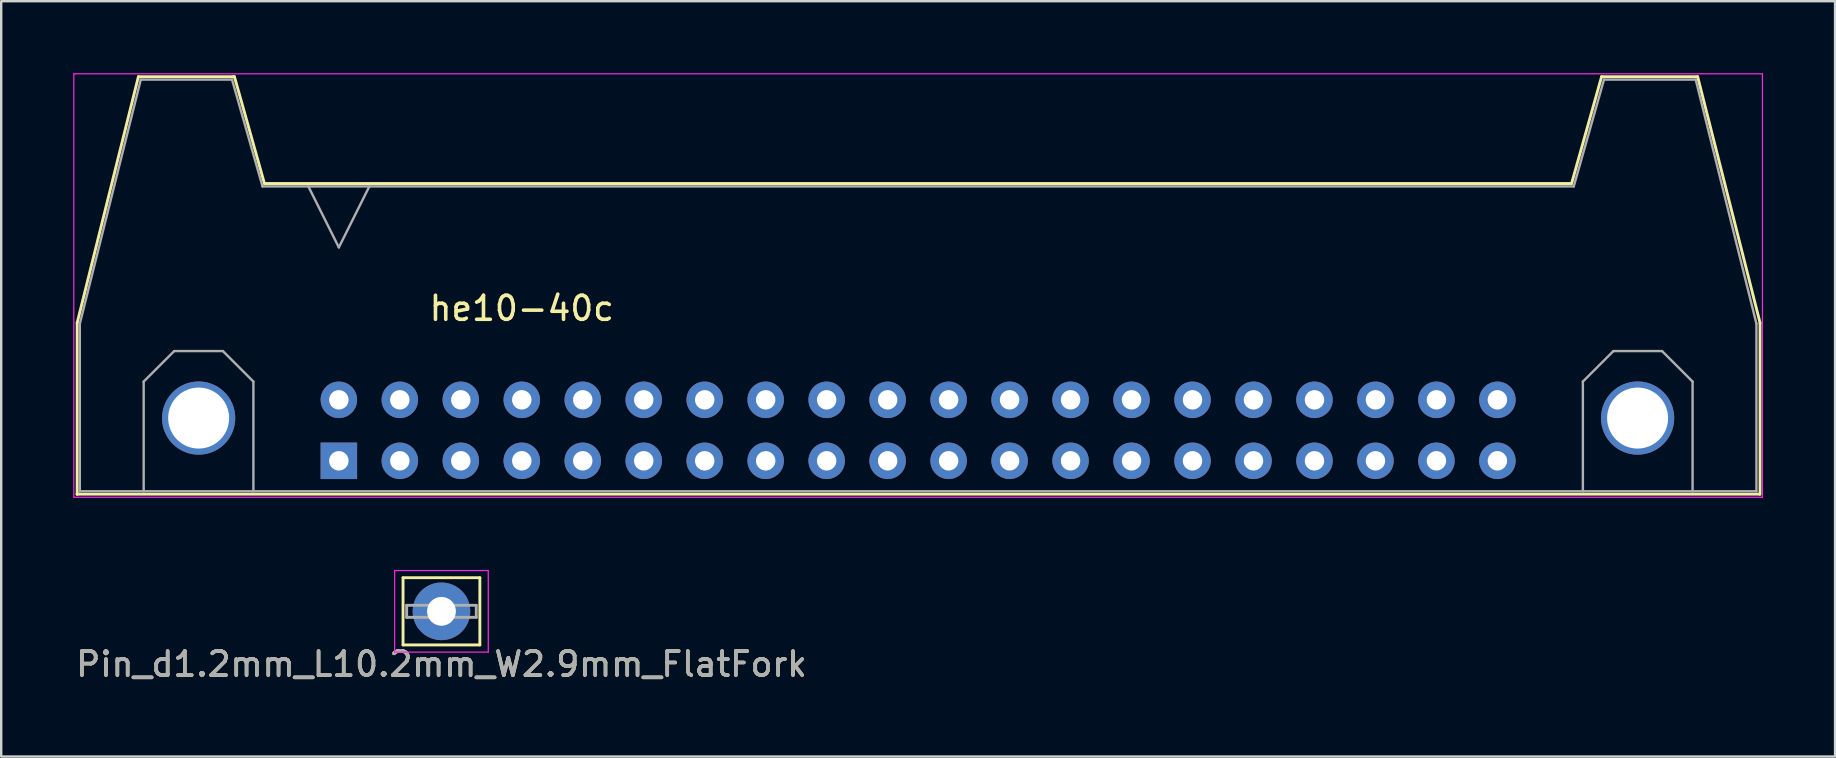
<source format=kicad_pcb>
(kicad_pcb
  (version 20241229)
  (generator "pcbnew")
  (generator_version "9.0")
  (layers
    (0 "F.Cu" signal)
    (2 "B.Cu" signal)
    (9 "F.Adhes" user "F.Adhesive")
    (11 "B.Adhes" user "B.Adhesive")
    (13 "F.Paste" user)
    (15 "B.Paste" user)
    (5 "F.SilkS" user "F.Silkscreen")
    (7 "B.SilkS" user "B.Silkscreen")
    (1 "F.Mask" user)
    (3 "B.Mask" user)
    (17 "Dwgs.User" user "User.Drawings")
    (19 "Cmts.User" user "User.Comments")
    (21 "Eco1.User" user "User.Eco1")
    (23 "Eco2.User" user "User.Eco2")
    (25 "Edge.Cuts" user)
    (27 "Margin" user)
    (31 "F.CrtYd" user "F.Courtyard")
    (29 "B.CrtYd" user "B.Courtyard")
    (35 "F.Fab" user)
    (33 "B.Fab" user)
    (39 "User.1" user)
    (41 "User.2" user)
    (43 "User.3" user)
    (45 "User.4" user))
  (footprint "Pin_d1.2mm_L10.2mm_W2.9mm_FlatFork"
    (layer "F.Cu")
    (at 15.339 22.415)
    (property "Reference" "Pin_d1.2mm_L10.2mm_W2.9mm_FlatFork" (at 0 2.2 0) (layer "F.SilkS") (effects (font (size 1 1) (thickness 0.15))))
    (attr through_hole)
    (fp_line (start -1.6 -1.4) (end 1.6 -1.4) (stroke (width 0.12) (type solid)) (layer "F.SilkS"))
    (fp_line (start -1.6 1.4) (end -1.6 -1.4) (stroke (width 0.12) (type solid)) (layer "F.SilkS"))
    (fp_line (start 1.6 -1.4) (end 1.6 1.4) (stroke (width 0.12) (type solid)) (layer "F.SilkS"))
    (fp_line (start 1.6 1.4) (end -1.6 1.4) (stroke (width 0.12) (type solid)) (layer "F.SilkS"))
    (fp_line (start -1.95 -1.7) (end -1.95 1.7) (stroke (width 0.05) (type solid)) (layer "F.CrtYd"))
    (fp_line (start -1.95 -1.7) (end 1.95 -1.7) (stroke (width 0.05) (type solid)) (layer "F.CrtYd"))
    (fp_line (start 1.95 1.7) (end -1.95 1.7) (stroke (width 0.05) (type solid)) (layer "F.CrtYd"))
    (fp_line (start 1.95 1.7) (end 1.95 -1.7) (stroke (width 0.05) (type solid)) (layer "F.CrtYd"))
    (fp_line (start -1.45 -0.25) (end 1.45 -0.25) (stroke (width 0.12) (type solid)) (layer "F.Fab"))
    (fp_line (start -1.45 0.25) (end -1.45 -0.25) (stroke (width 0.12) (type solid)) (layer "F.Fab"))
    (fp_line (start 1.45 -0.25) (end 1.45 0.25) (stroke (width 0.12) (type solid)) (layer "F.Fab"))
    (fp_line (start 1.45 0.25) (end -1.45 0.25) (stroke (width 0.12) (type solid)) (layer "F.Fab"))
    (fp_text user "${REFERENCE}" (at 0 2.2 0) (layer "F.Fab") (effects (font (size 1 1) (thickness 0.15))))
    (pad "1" thru_hole circle (at 0 0) (size 2.4 2.4) (drill 1.2) (layers "*.Cu" "*.Mask")))
  (footprint "he10-40c"
    (layer "F.Cu")
    (at 11.065 16.145)
    (property "Reference" "he10-40c" (at 7.62 -6.35 0) (layer "F.SilkS") (effects (font (size 1 1) (thickness 0.15))))
    (attr through_hole)
    (fp_line (start -10.9 -5.75) (end -8.35 -16) (stroke (width 0.12) (type solid)) (layer "F.SilkS"))
    (fp_line (start -10.9 1.4) (end -10.9 -5.75) (stroke (width 0.12) (type solid)) (layer "F.SilkS"))
    (fp_line (start -8.35 -16) (end -4.4 -16) (stroke (width 0.12) (type solid)) (layer "F.SilkS"))
    (fp_line (start -4.4 -16) (end -4.35 -16) (stroke (width 0.12) (type solid)) (layer "F.SilkS"))
    (fp_line (start -4.35 -16) (end -3.1 -11.55) (stroke (width 0.12) (type solid)) (layer "F.SilkS"))
    (fp_line (start -3.1 -11.55) (end 51.35 -11.55) (stroke (width 0.12) (type solid)) (layer "F.SilkS"))
    (fp_line (start 51.35 -11.55) (end 52.6 -16) (stroke (width 0.12) (type solid)) (layer "F.SilkS"))
    (fp_line (start 52.6 -16) (end 56.6 -16) (stroke (width 0.12) (type solid)) (layer "F.SilkS"))
    (fp_line (start 56.6 -16) (end 59.2 -5.75) (stroke (width 0.12) (type solid)) (layer "F.SilkS"))
    (fp_line (start 59.17 1.39) (end -10.91 1.39) (stroke (width 0.12) (type solid)) (layer "F.SilkS"))
    (fp_line (start 59.2 1.4) (end 59.2 -5.75) (stroke (width 0.12) (type solid)) (layer "F.SilkS"))
    (fp_line (start -11.04 -16.12) (end -11.04 1.52) (stroke (width 0.05) (type solid)) (layer "F.CrtYd"))
    (fp_line (start -11.04 -16.12) (end 59.3 -16.12) (stroke (width 0.05) (type solid)) (layer "F.CrtYd"))
    (fp_line (start 59.3 1.52) (end -11.04 1.52) (stroke (width 0.05) (type solid)) (layer "F.CrtYd"))
    (fp_line (start 59.3 1.52) (end 59.3 -16.12) (stroke (width 0.05) (type solid)) (layer "F.CrtYd"))
    (fp_line (start -10.79 -5.71) (end -10.79 1.27) (stroke (width 0.1) (type solid)) (layer "F.Fab"))
    (fp_line (start -10.79 1.27) (end 59.05 1.27) (stroke (width 0.1) (type solid)) (layer "F.Fab"))
    (fp_line (start -8.25 -15.88) (end -10.79 -5.71) (stroke (width 0.1) (type solid)) (layer "F.Fab"))
    (fp_line (start -8.25 -15.88) (end -4.45 -15.88) (stroke (width 0.1) (type solid)) (layer "F.Fab"))
    (fp_line (start -8.13 -3.3) (end -6.86 -4.57) (stroke (width 0.1) (type solid)) (layer "F.Fab"))
    (fp_line (start -8.13 1.27) (end -8.13 -3.3) (stroke (width 0.1) (type solid)) (layer "F.Fab"))
    (fp_line (start -6.86 -4.57) (end -4.83 -4.57) (stroke (width 0.1) (type solid)) (layer "F.Fab"))
    (fp_line (start -4.83 -4.57) (end -3.56 -3.3) (stroke (width 0.1) (type solid)) (layer "F.Fab"))
    (fp_line (start -4.45 -15.88) (end -3.18 -11.43) (stroke (width 0.1) (type solid)) (layer "F.Fab"))
    (fp_line (start -3.56 -3.3) (end -3.56 1.27) (stroke (width 0.1) (type solid)) (layer "F.Fab"))
    (fp_line (start -1.27 -11.43) (end 0 -8.89) (stroke (width 0.1) (type solid)) (layer "F.Fab"))
    (fp_line (start 0 -8.89) (end 1.27 -11.43) (stroke (width 0.1) (type solid)) (layer "F.Fab"))
    (fp_line (start 51.44 -11.43) (end -3.18 -11.43) (stroke (width 0.1) (type solid)) (layer "F.Fab"))
    (fp_line (start 51.82 -3.3) (end 53.09 -4.57) (stroke (width 0.1) (type solid)) (layer "F.Fab"))
    (fp_line (start 51.82 1.27) (end 51.82 -3.3) (stroke (width 0.1) (type solid)) (layer "F.Fab"))
    (fp_line (start 52.7 -15.88) (end 51.44 -11.43) (stroke (width 0.1) (type solid)) (layer "F.Fab"))
    (fp_line (start 53.09 -4.57) (end 55.12 -4.57) (stroke (width 0.1) (type solid)) (layer "F.Fab"))
    (fp_line (start 55.12 -4.57) (end 56.39 -3.3) (stroke (width 0.1) (type solid)) (layer "F.Fab"))
    (fp_line (start 56.39 -3.3) (end 56.39 1.27) (stroke (width 0.1) (type solid)) (layer "F.Fab"))
    (fp_line (start 56.52 -15.88) (end 52.7 -15.88) (stroke (width 0.1) (type solid)) (layer "F.Fab"))
    (fp_line (start 59.05 -5.71) (end 56.52 -15.88) (stroke (width 0.1) (type solid)) (layer "F.Fab"))
    (fp_line (start 59.05 1.27) (end 59.05 -5.71) (stroke (width 0.1) (type solid)) (layer "F.Fab"))
    (pad "0" thru_hole circle (at -5.84 -1.78) (size 3.05 3.05) (drill 2.54) (layers "*.Cu" "*.Mask"))
    (pad "0" thru_hole circle (at 54.1 -1.78) (size 3.05 3.05) (drill 2.54) (layers "*.Cu" "*.Mask"))
    (pad "1" thru_hole rect (at 0 0) (size 1.52 1.52) (drill 0.81) (layers "*.Cu" "*.Mask"))
    (pad "2" thru_hole circle (at 0 -2.54) (size 1.52 1.52) (drill 0.81) (layers "*.Cu" "*.Mask"))
    (pad "3" thru_hole circle (at 2.54 0) (size 1.52 1.52) (drill 0.81) (layers "*.Cu" "*.Mask"))
    (pad "4" thru_hole circle (at 2.54 -2.54) (size 1.52 1.52) (drill 0.81) (layers "*.Cu" "*.Mask"))
    (pad "5" thru_hole circle (at 5.08 0) (size 1.52 1.52) (drill 0.81) (layers "*.Cu" "*.Mask"))
    (pad "6" thru_hole circle (at 5.08 -2.54) (size 1.52 1.52) (drill 0.81) (layers "*.Cu" "*.Mask"))
    (pad "7" thru_hole circle (at 7.62 0) (size 1.52 1.52) (drill 0.81) (layers "*.Cu" "*.Mask"))
    (pad "8" thru_hole circle (at 7.62 -2.54) (size 1.52 1.52) (drill 0.81) (layers "*.Cu" "*.Mask"))
    (pad "9" thru_hole circle (at 10.16 0) (size 1.52 1.52) (drill 0.81) (layers "*.Cu" "*.Mask"))
    (pad "10" thru_hole circle (at 10.16 -2.54) (size 1.52 1.52) (drill 0.81) (layers "*.Cu" "*.Mask"))
    (pad "11" thru_hole circle (at 12.7 0) (size 1.52 1.52) (drill 0.81) (layers "*.Cu" "*.Mask"))
    (pad "12" thru_hole circle (at 12.7 -2.54) (size 1.52 1.52) (drill 0.81) (layers "*.Cu" "*.Mask"))
    (pad "13" thru_hole circle (at 15.24 0) (size 1.52 1.52) (drill 0.81) (layers "*.Cu" "*.Mask"))
    (pad "14" thru_hole circle (at 15.24 -2.54) (size 1.52 1.52) (drill 0.81) (layers "*.Cu" "*.Mask"))
    (pad "15" thru_hole circle (at 17.78 0) (size 1.52 1.52) (drill 0.81) (layers "*.Cu" "*.Mask"))
    (pad "16" thru_hole circle (at 17.78 -2.54) (size 1.52 1.52) (drill 0.81) (layers "*.Cu" "*.Mask"))
    (pad "17" thru_hole circle (at 20.32 0) (size 1.52 1.52) (drill 0.81) (layers "*.Cu" "*.Mask"))
    (pad "18" thru_hole circle (at 20.32 -2.54) (size 1.52 1.52) (drill 0.81) (layers "*.Cu" "*.Mask"))
    (pad "19" thru_hole circle (at 22.86 0) (size 1.52 1.52) (drill 0.81) (layers "*.Cu" "*.Mask"))
    (pad "20" thru_hole circle (at 22.86 -2.54) (size 1.52 1.52) (drill 0.81) (layers "*.Cu" "*.Mask"))
    (pad "21" thru_hole circle (at 25.4 0) (size 1.52 1.52) (drill 0.81) (layers "*.Cu" "*.Mask"))
    (pad "22" thru_hole circle (at 25.4 -2.54) (size 1.52 1.52) (drill 0.81) (layers "*.Cu" "*.Mask"))
    (pad "23" thru_hole circle (at 27.94 0) (size 1.52 1.52) (drill 0.81) (layers "*.Cu" "*.Mask"))
    (pad "24" thru_hole circle (at 27.94 -2.54) (size 1.52 1.52) (drill 0.81) (layers "*.Cu" "*.Mask"))
    (pad "25" thru_hole circle (at 30.48 0) (size 1.52 1.52) (drill 0.81) (layers "*.Cu" "*.Mask"))
    (pad "26" thru_hole circle (at 30.48 -2.54) (size 1.52 1.52) (drill 0.81) (layers "*.Cu" "*.Mask"))
    (pad "27" thru_hole circle (at 33.02 0) (size 1.52 1.52) (drill 0.81) (layers "*.Cu" "*.Mask"))
    (pad "28" thru_hole circle (at 33.02 -2.54) (size 1.52 1.52) (drill 0.81) (layers "*.Cu" "*.Mask"))
    (pad "29" thru_hole circle (at 35.56 0) (size 1.52 1.52) (drill 0.81) (layers "*.Cu" "*.Mask"))
    (pad "30" thru_hole circle (at 35.56 -2.54) (size 1.52 1.52) (drill 0.81) (layers "*.Cu" "*.Mask"))
    (pad "31" thru_hole circle (at 38.1 0) (size 1.52 1.52) (drill 0.81) (layers "*.Cu" "*.Mask"))
    (pad "32" thru_hole circle (at 38.1 -2.54) (size 1.52 1.52) (drill 0.81) (layers "*.Cu" "*.Mask"))
    (pad "33" thru_hole circle (at 40.64 0) (size 1.52 1.52) (drill 0.81) (layers "*.Cu" "*.Mask"))
    (pad "34" thru_hole circle (at 40.64 -2.54) (size 1.52 1.52) (drill 0.81) (layers "*.Cu" "*.Mask"))
    (pad "35" thru_hole circle (at 43.18 0) (size 1.52 1.52) (drill 0.81) (layers "*.Cu" "*.Mask"))
    (pad "36" thru_hole circle (at 43.18 -2.54) (size 1.52 1.52) (drill 0.81) (layers "*.Cu" "*.Mask"))
    (pad "37" thru_hole circle (at 45.72 0) (size 1.52 1.52) (drill 0.81) (layers "*.Cu" "*.Mask"))
    (pad "38" thru_hole circle (at 45.72 -2.54) (size 1.52 1.52) (drill 0.81) (layers "*.Cu" "*.Mask"))
    (pad "39" thru_hole circle (at 48.26 0) (size 1.52 1.52) (drill 0.81) (layers "*.Cu" "*.Mask"))
    (pad "40" thru_hole circle (at 48.26 -2.54) (size 1.52 1.52) (drill 0.81) (layers "*.Cu" "*.Mask")))
  (gr_rect
    (start -3 -3)
    (end 73.39 28.463)
    (stroke (width 0.1) (type default))
    (fill no)
    (layer "Edge.Cuts")))
</source>
